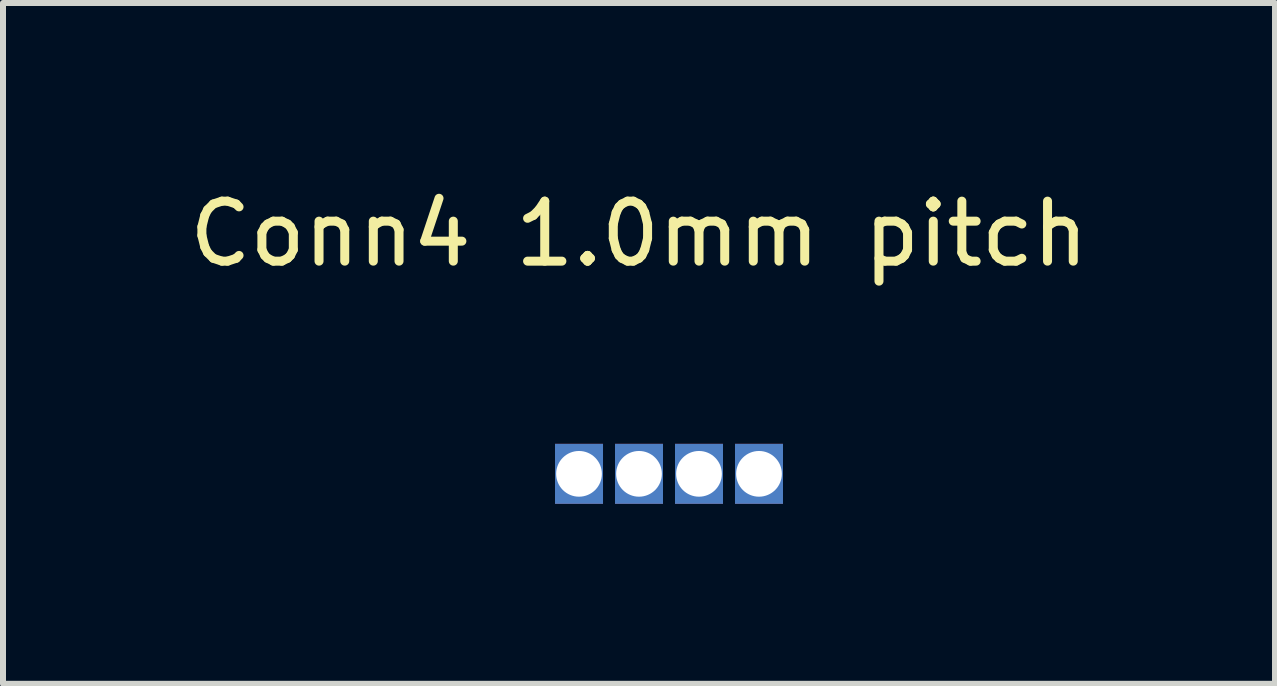
<source format=kicad_pcb>
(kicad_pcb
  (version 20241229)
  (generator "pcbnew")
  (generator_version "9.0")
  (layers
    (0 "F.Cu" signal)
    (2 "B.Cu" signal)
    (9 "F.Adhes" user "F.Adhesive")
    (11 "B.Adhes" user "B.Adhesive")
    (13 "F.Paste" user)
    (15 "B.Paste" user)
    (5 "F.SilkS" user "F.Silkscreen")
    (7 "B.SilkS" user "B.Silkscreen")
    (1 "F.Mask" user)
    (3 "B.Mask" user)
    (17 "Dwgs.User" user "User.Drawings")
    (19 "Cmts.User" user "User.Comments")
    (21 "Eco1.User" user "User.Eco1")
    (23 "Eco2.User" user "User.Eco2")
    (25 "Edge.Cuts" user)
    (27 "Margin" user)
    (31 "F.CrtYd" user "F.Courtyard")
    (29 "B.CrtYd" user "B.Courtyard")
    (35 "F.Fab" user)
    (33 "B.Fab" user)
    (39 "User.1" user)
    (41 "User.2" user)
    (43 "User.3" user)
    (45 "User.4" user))
  (footprint "Conn4 1.0mm pitch"
    (layer "F.Cu")
    (at 7.601 4.848)
    (property "Reference" "Conn4 1.0mm pitch" (at 0 -4 0) (layer "F.SilkS") (effects (font (size 1 1) (thickness 0.15))))
    (attr through_hole)
    (pad "1" thru_hole rect (at -1 0 180) (size 0.8 1) (drill 0.762) (layers "*.Cu" "*.Mask"))
    (pad "2" thru_hole rect (at 0 0 180) (size 0.8 1) (drill 0.762) (layers "*.Cu" "*.Mask"))
    (pad "3" thru_hole rect (at 1 0 180) (size 0.8 1) (drill 0.762) (layers "*.Cu" "*.Mask"))
    (pad "4" thru_hole rect (at 2 0 180) (size 0.8 1) (drill 0.762) (layers "*.Cu" "*.Mask")))
  (gr_rect
    (start -3 -3)
    (end 18.202 8.348)
    (stroke (width 0.1) (type default))
    (fill no)
    (layer "Edge.Cuts")))
</source>
